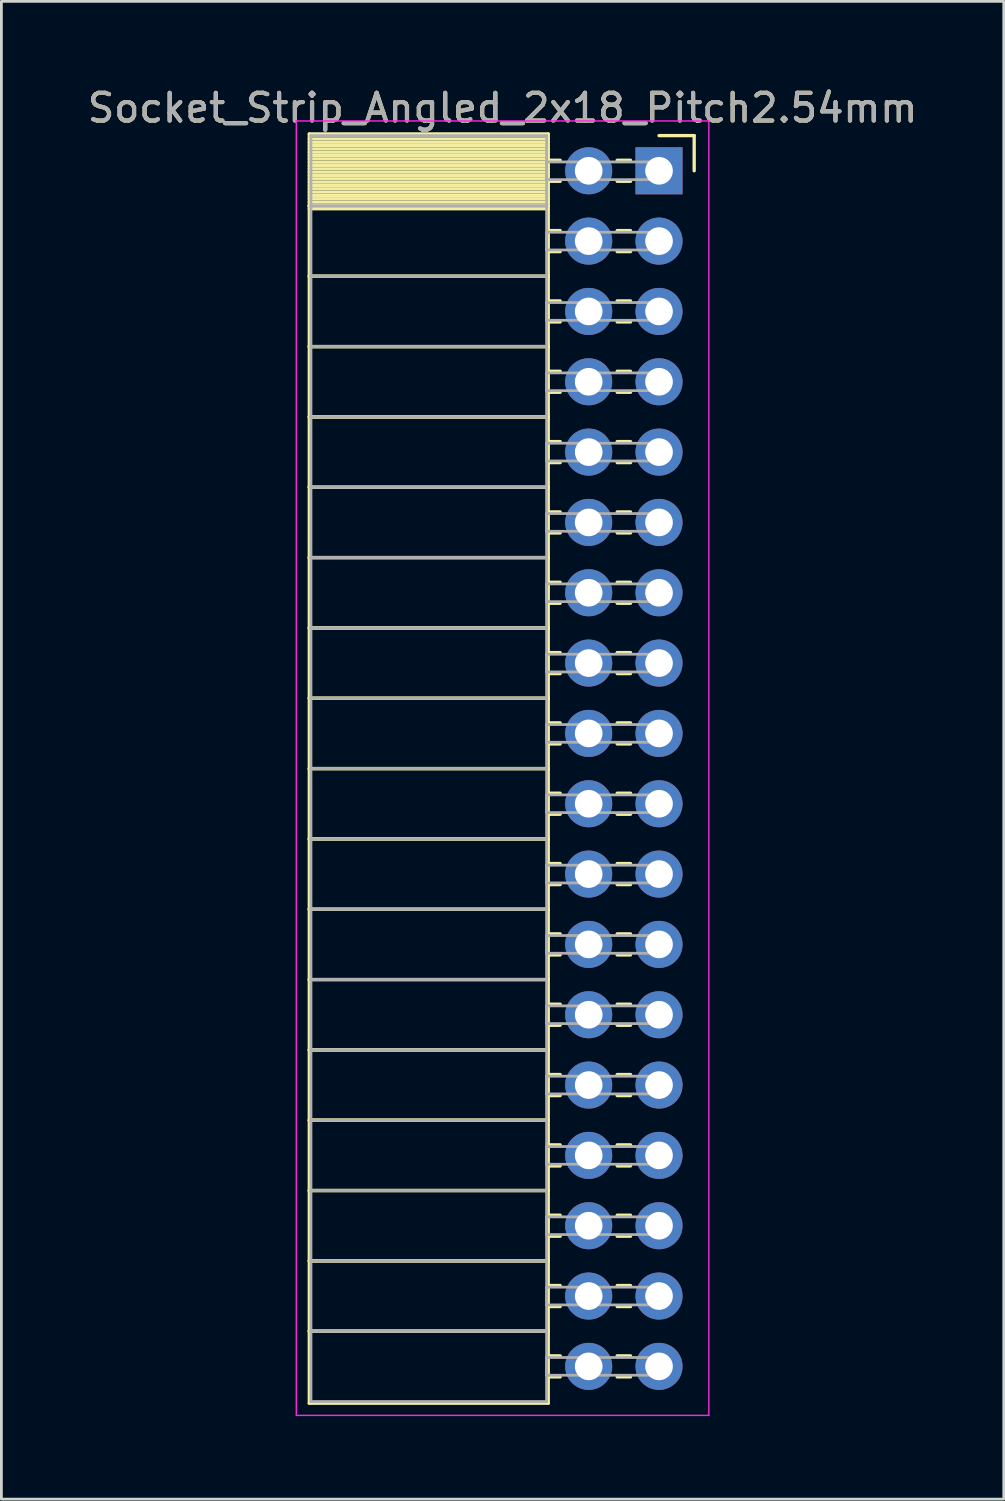
<source format=kicad_pcb>
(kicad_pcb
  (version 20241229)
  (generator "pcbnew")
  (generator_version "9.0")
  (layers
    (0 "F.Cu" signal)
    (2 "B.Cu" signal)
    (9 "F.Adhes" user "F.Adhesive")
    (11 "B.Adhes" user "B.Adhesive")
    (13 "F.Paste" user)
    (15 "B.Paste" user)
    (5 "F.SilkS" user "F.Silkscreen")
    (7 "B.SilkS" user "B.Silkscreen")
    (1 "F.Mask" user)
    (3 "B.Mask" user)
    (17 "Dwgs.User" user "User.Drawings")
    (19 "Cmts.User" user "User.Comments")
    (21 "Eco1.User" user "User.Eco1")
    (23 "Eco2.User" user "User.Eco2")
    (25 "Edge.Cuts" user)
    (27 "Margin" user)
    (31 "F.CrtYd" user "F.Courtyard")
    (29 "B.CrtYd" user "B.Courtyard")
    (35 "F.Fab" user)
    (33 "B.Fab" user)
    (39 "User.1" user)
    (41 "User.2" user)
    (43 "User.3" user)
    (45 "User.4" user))
  (footprint "Socket_Strip_Angled_2x18_Pitch2.54mm"
    (layer "F.Cu")
    (at 20.751 3.118)
    (property "Reference" "Socket_Strip_Angled_2x18_Pitch2.54mm" (at -5.65 -2.27 0) (layer "F.SilkS") (effects (font (size 1 1) (thickness 0.15))))
    (attr through_hole)
    (fp_line (start -12.63 -1.33) (end -4 -1.33) (stroke (width 0.12) (type solid)) (layer "F.SilkS"))
    (fp_line (start -12.63 1.27) (end -12.63 -1.33) (stroke (width 0.12) (type solid)) (layer "F.SilkS"))
    (fp_line (start -12.63 1.27) (end -4 1.27) (stroke (width 0.12) (type solid)) (layer "F.SilkS"))
    (fp_line (start -12.63 3.81) (end -12.63 1.27) (stroke (width 0.12) (type solid)) (layer "F.SilkS"))
    (fp_line (start -12.63 3.81) (end -4 3.81) (stroke (width 0.12) (type solid)) (layer "F.SilkS"))
    (fp_line (start -12.63 6.35) (end -12.63 3.81) (stroke (width 0.12) (type solid)) (layer "F.SilkS"))
    (fp_line (start -12.63 6.35) (end -4 6.35) (stroke (width 0.12) (type solid)) (layer "F.SilkS"))
    (fp_line (start -12.63 8.89) (end -12.63 6.35) (stroke (width 0.12) (type solid)) (layer "F.SilkS"))
    (fp_line (start -12.63 8.89) (end -4 8.89) (stroke (width 0.12) (type solid)) (layer "F.SilkS"))
    (fp_line (start -12.63 11.43) (end -12.63 8.89) (stroke (width 0.12) (type solid)) (layer "F.SilkS"))
    (fp_line (start -12.63 11.43) (end -4 11.43) (stroke (width 0.12) (type solid)) (layer "F.SilkS"))
    (fp_line (start -12.63 13.97) (end -12.63 11.43) (stroke (width 0.12) (type solid)) (layer "F.SilkS"))
    (fp_line (start -12.63 13.97) (end -4 13.97) (stroke (width 0.12) (type solid)) (layer "F.SilkS"))
    (fp_line (start -12.63 16.51) (end -12.63 13.97) (stroke (width 0.12) (type solid)) (layer "F.SilkS"))
    (fp_line (start -12.63 16.51) (end -4 16.51) (stroke (width 0.12) (type solid)) (layer "F.SilkS"))
    (fp_line (start -12.63 19.05) (end -12.63 16.51) (stroke (width 0.12) (type solid)) (layer "F.SilkS"))
    (fp_line (start -12.63 19.05) (end -4 19.05) (stroke (width 0.12) (type solid)) (layer "F.SilkS"))
    (fp_line (start -12.63 21.59) (end -12.63 19.05) (stroke (width 0.12) (type solid)) (layer "F.SilkS"))
    (fp_line (start -12.63 21.59) (end -4 21.59) (stroke (width 0.12) (type solid)) (layer "F.SilkS"))
    (fp_line (start -12.63 24.13) (end -12.63 21.59) (stroke (width 0.12) (type solid)) (layer "F.SilkS"))
    (fp_line (start -12.63 24.13) (end -4 24.13) (stroke (width 0.12) (type solid)) (layer "F.SilkS"))
    (fp_line (start -12.63 26.67) (end -12.63 24.13) (stroke (width 0.12) (type solid)) (layer "F.SilkS"))
    (fp_line (start -12.63 26.67) (end -4 26.67) (stroke (width 0.12) (type solid)) (layer "F.SilkS"))
    (fp_line (start -12.63 29.21) (end -12.63 26.67) (stroke (width 0.12) (type solid)) (layer "F.SilkS"))
    (fp_line (start -12.63 29.21) (end -4 29.21) (stroke (width 0.12) (type solid)) (layer "F.SilkS"))
    (fp_line (start -12.63 31.75) (end -12.63 29.21) (stroke (width 0.12) (type solid)) (layer "F.SilkS"))
    (fp_line (start -12.63 31.75) (end -4 31.75) (stroke (width 0.12) (type solid)) (layer "F.SilkS"))
    (fp_line (start -12.63 34.29) (end -12.63 31.75) (stroke (width 0.12) (type solid)) (layer "F.SilkS"))
    (fp_line (start -12.63 34.29) (end -4 34.29) (stroke (width 0.12) (type solid)) (layer "F.SilkS"))
    (fp_line (start -12.63 36.83) (end -12.63 34.29) (stroke (width 0.12) (type solid)) (layer "F.SilkS"))
    (fp_line (start -12.63 36.83) (end -4 36.83) (stroke (width 0.12) (type solid)) (layer "F.SilkS"))
    (fp_line (start -12.63 39.37) (end -12.63 36.83) (stroke (width 0.12) (type solid)) (layer "F.SilkS"))
    (fp_line (start -12.63 39.37) (end -4 39.37) (stroke (width 0.12) (type solid)) (layer "F.SilkS"))
    (fp_line (start -12.63 41.91) (end -12.63 39.37) (stroke (width 0.12) (type solid)) (layer "F.SilkS"))
    (fp_line (start -12.63 41.91) (end -4 41.91) (stroke (width 0.12) (type solid)) (layer "F.SilkS"))
    (fp_line (start -12.63 44.51) (end -12.63 41.91) (stroke (width 0.12) (type solid)) (layer "F.SilkS"))
    (fp_line (start -4 -1.33) (end -4 1.27) (stroke (width 0.12) (type solid)) (layer "F.SilkS"))
    (fp_line (start -4 -1.15) (end -12.63 -1.15) (stroke (width 0.12) (type solid)) (layer "F.SilkS"))
    (fp_line (start -4 -1.03) (end -12.63 -1.03) (stroke (width 0.12) (type solid)) (layer "F.SilkS"))
    (fp_line (start -4 -0.91) (end -12.63 -0.91) (stroke (width 0.12) (type solid)) (layer "F.SilkS"))
    (fp_line (start -4 -0.79) (end -12.63 -0.79) (stroke (width 0.12) (type solid)) (layer "F.SilkS"))
    (fp_line (start -4 -0.67) (end -12.63 -0.67) (stroke (width 0.12) (type solid)) (layer "F.SilkS"))
    (fp_line (start -4 -0.55) (end -12.63 -0.55) (stroke (width 0.12) (type solid)) (layer "F.SilkS"))
    (fp_line (start -4 -0.43) (end -12.63 -0.43) (stroke (width 0.12) (type solid)) (layer "F.SilkS"))
    (fp_line (start -4 -0.31) (end -12.63 -0.31) (stroke (width 0.12) (type solid)) (layer "F.SilkS"))
    (fp_line (start -4 -0.19) (end -12.63 -0.19) (stroke (width 0.12) (type solid)) (layer "F.SilkS"))
    (fp_line (start -4 -0.07) (end -12.63 -0.07) (stroke (width 0.12) (type solid)) (layer "F.SilkS"))
    (fp_line (start -4 0.05) (end -12.63 0.05) (stroke (width 0.12) (type solid)) (layer "F.SilkS"))
    (fp_line (start -4 0.17) (end -12.63 0.17) (stroke (width 0.12) (type solid)) (layer "F.SilkS"))
    (fp_line (start -4 0.29) (end -12.63 0.29) (stroke (width 0.12) (type solid)) (layer "F.SilkS"))
    (fp_line (start -4 0.41) (end -12.63 0.41) (stroke (width 0.12) (type solid)) (layer "F.SilkS"))
    (fp_line (start -4 0.53) (end -12.63 0.53) (stroke (width 0.12) (type solid)) (layer "F.SilkS"))
    (fp_line (start -4 0.65) (end -12.63 0.65) (stroke (width 0.12) (type solid)) (layer "F.SilkS"))
    (fp_line (start -4 0.77) (end -12.63 0.77) (stroke (width 0.12) (type solid)) (layer "F.SilkS"))
    (fp_line (start -4 0.89) (end -12.63 0.89) (stroke (width 0.12) (type solid)) (layer "F.SilkS"))
    (fp_line (start -4 1.01) (end -12.63 1.01) (stroke (width 0.12) (type solid)) (layer "F.SilkS"))
    (fp_line (start -4 1.13) (end -12.63 1.13) (stroke (width 0.12) (type solid)) (layer "F.SilkS"))
    (fp_line (start -4 1.25) (end -12.63 1.25) (stroke (width 0.12) (type solid)) (layer "F.SilkS"))
    (fp_line (start -4 1.27) (end -12.63 1.27) (stroke (width 0.12) (type solid)) (layer "F.SilkS"))
    (fp_line (start -4 1.27) (end -4 3.81) (stroke (width 0.12) (type solid)) (layer "F.SilkS"))
    (fp_line (start -4 1.37) (end -12.63 1.37) (stroke (width 0.12) (type solid)) (layer "F.SilkS"))
    (fp_line (start -4 3.81) (end -12.63 3.81) (stroke (width 0.12) (type solid)) (layer "F.SilkS"))
    (fp_line (start -4 3.81) (end -4 6.35) (stroke (width 0.12) (type solid)) (layer "F.SilkS"))
    (fp_line (start -4 6.35) (end -12.63 6.35) (stroke (width 0.12) (type solid)) (layer "F.SilkS"))
    (fp_line (start -4 6.35) (end -4 8.89) (stroke (width 0.12) (type solid)) (layer "F.SilkS"))
    (fp_line (start -4 8.89) (end -12.63 8.89) (stroke (width 0.12) (type solid)) (layer "F.SilkS"))
    (fp_line (start -4 8.89) (end -4 11.43) (stroke (width 0.12) (type solid)) (layer "F.SilkS"))
    (fp_line (start -4 11.43) (end -12.63 11.43) (stroke (width 0.12) (type solid)) (layer "F.SilkS"))
    (fp_line (start -4 11.43) (end -4 13.97) (stroke (width 0.12) (type solid)) (layer "F.SilkS"))
    (fp_line (start -4 13.97) (end -12.63 13.97) (stroke (width 0.12) (type solid)) (layer "F.SilkS"))
    (fp_line (start -4 13.97) (end -4 16.51) (stroke (width 0.12) (type solid)) (layer "F.SilkS"))
    (fp_line (start -4 16.51) (end -12.63 16.51) (stroke (width 0.12) (type solid)) (layer "F.SilkS"))
    (fp_line (start -4 16.51) (end -4 19.05) (stroke (width 0.12) (type solid)) (layer "F.SilkS"))
    (fp_line (start -4 19.05) (end -12.63 19.05) (stroke (width 0.12) (type solid)) (layer "F.SilkS"))
    (fp_line (start -4 19.05) (end -4 21.59) (stroke (width 0.12) (type solid)) (layer "F.SilkS"))
    (fp_line (start -4 21.59) (end -12.63 21.59) (stroke (width 0.12) (type solid)) (layer "F.SilkS"))
    (fp_line (start -4 21.59) (end -4 24.13) (stroke (width 0.12) (type solid)) (layer "F.SilkS"))
    (fp_line (start -4 24.13) (end -12.63 24.13) (stroke (width 0.12) (type solid)) (layer "F.SilkS"))
    (fp_line (start -4 24.13) (end -4 26.67) (stroke (width 0.12) (type solid)) (layer "F.SilkS"))
    (fp_line (start -4 26.67) (end -12.63 26.67) (stroke (width 0.12) (type solid)) (layer "F.SilkS"))
    (fp_line (start -4 26.67) (end -4 29.21) (stroke (width 0.12) (type solid)) (layer "F.SilkS"))
    (fp_line (start -4 29.21) (end -12.63 29.21) (stroke (width 0.12) (type solid)) (layer "F.SilkS"))
    (fp_line (start -4 29.21) (end -4 31.75) (stroke (width 0.12) (type solid)) (layer "F.SilkS"))
    (fp_line (start -4 31.75) (end -12.63 31.75) (stroke (width 0.12) (type solid)) (layer "F.SilkS"))
    (fp_line (start -4 31.75) (end -4 34.29) (stroke (width 0.12) (type solid)) (layer "F.SilkS"))
    (fp_line (start -4 34.29) (end -12.63 34.29) (stroke (width 0.12) (type solid)) (layer "F.SilkS"))
    (fp_line (start -4 34.29) (end -4 36.83) (stroke (width 0.12) (type solid)) (layer "F.SilkS"))
    (fp_line (start -4 36.83) (end -12.63 36.83) (stroke (width 0.12) (type solid)) (layer "F.SilkS"))
    (fp_line (start -4 36.83) (end -4 39.37) (stroke (width 0.12) (type solid)) (layer "F.SilkS"))
    (fp_line (start -4 39.37) (end -12.63 39.37) (stroke (width 0.12) (type solid)) (layer "F.SilkS"))
    (fp_line (start -4 39.37) (end -4 41.91) (stroke (width 0.12) (type solid)) (layer "F.SilkS"))
    (fp_line (start -4 41.91) (end -12.63 41.91) (stroke (width 0.12) (type solid)) (layer "F.SilkS"))
    (fp_line (start -4 41.91) (end -4 44.51) (stroke (width 0.12) (type solid)) (layer "F.SilkS"))
    (fp_line (start -4 44.51) (end -12.63 44.51) (stroke (width 0.12) (type solid)) (layer "F.SilkS"))
    (fp_line (start -3.57 -0.38) (end -4 -0.38) (stroke (width 0.12) (type solid)) (layer "F.SilkS"))
    (fp_line (start -3.57 0.38) (end -4 0.38) (stroke (width 0.12) (type solid)) (layer "F.SilkS"))
    (fp_line (start -3.57 2.16) (end -4 2.16) (stroke (width 0.12) (type solid)) (layer "F.SilkS"))
    (fp_line (start -3.57 2.92) (end -4 2.92) (stroke (width 0.12) (type solid)) (layer "F.SilkS"))
    (fp_line (start -3.57 4.7) (end -4 4.7) (stroke (width 0.12) (type solid)) (layer "F.SilkS"))
    (fp_line (start -3.57 5.46) (end -4 5.46) (stroke (width 0.12) (type solid)) (layer "F.SilkS"))
    (fp_line (start -3.57 7.24) (end -4 7.24) (stroke (width 0.12) (type solid)) (layer "F.SilkS"))
    (fp_line (start -3.57 8) (end -4 8) (stroke (width 0.12) (type solid)) (layer "F.SilkS"))
    (fp_line (start -3.57 9.78) (end -4 9.78) (stroke (width 0.12) (type solid)) (layer "F.SilkS"))
    (fp_line (start -3.57 10.54) (end -4 10.54) (stroke (width 0.12) (type solid)) (layer "F.SilkS"))
    (fp_line (start -3.57 12.32) (end -4 12.32) (stroke (width 0.12) (type solid)) (layer "F.SilkS"))
    (fp_line (start -3.57 13.08) (end -4 13.08) (stroke (width 0.12) (type solid)) (layer "F.SilkS"))
    (fp_line (start -3.57 14.86) (end -4 14.86) (stroke (width 0.12) (type solid)) (layer "F.SilkS"))
    (fp_line (start -3.57 15.62) (end -4 15.62) (stroke (width 0.12) (type solid)) (layer "F.SilkS"))
    (fp_line (start -3.57 17.4) (end -4 17.4) (stroke (width 0.12) (type solid)) (layer "F.SilkS"))
    (fp_line (start -3.57 18.16) (end -4 18.16) (stroke (width 0.12) (type solid)) (layer "F.SilkS"))
    (fp_line (start -3.57 19.94) (end -4 19.94) (stroke (width 0.12) (type solid)) (layer "F.SilkS"))
    (fp_line (start -3.57 20.7) (end -4 20.7) (stroke (width 0.12) (type solid)) (layer "F.SilkS"))
    (fp_line (start -3.57 22.48) (end -4 22.48) (stroke (width 0.12) (type solid)) (layer "F.SilkS"))
    (fp_line (start -3.57 23.24) (end -4 23.24) (stroke (width 0.12) (type solid)) (layer "F.SilkS"))
    (fp_line (start -3.57 25.02) (end -4 25.02) (stroke (width 0.12) (type solid)) (layer "F.SilkS"))
    (fp_line (start -3.57 25.78) (end -4 25.78) (stroke (width 0.12) (type solid)) (layer "F.SilkS"))
    (fp_line (start -3.57 27.56) (end -4 27.56) (stroke (width 0.12) (type solid)) (layer "F.SilkS"))
    (fp_line (start -3.57 28.32) (end -4 28.32) (stroke (width 0.12) (type solid)) (layer "F.SilkS"))
    (fp_line (start -3.57 30.1) (end -4 30.1) (stroke (width 0.12) (type solid)) (layer "F.SilkS"))
    (fp_line (start -3.57 30.86) (end -4 30.86) (stroke (width 0.12) (type solid)) (layer "F.SilkS"))
    (fp_line (start -3.57 32.64) (end -4 32.64) (stroke (width 0.12) (type solid)) (layer "F.SilkS"))
    (fp_line (start -3.57 33.4) (end -4 33.4) (stroke (width 0.12) (type solid)) (layer "F.SilkS"))
    (fp_line (start -3.57 35.18) (end -4 35.18) (stroke (width 0.12) (type solid)) (layer "F.SilkS"))
    (fp_line (start -3.57 35.94) (end -4 35.94) (stroke (width 0.12) (type solid)) (layer "F.SilkS"))
    (fp_line (start -3.57 37.72) (end -4 37.72) (stroke (width 0.12) (type solid)) (layer "F.SilkS"))
    (fp_line (start -3.57 38.48) (end -4 38.48) (stroke (width 0.12) (type solid)) (layer "F.SilkS"))
    (fp_line (start -3.57 40.26) (end -4 40.26) (stroke (width 0.12) (type solid)) (layer "F.SilkS"))
    (fp_line (start -3.57 41.02) (end -4 41.02) (stroke (width 0.12) (type solid)) (layer "F.SilkS"))
    (fp_line (start -3.57 42.8) (end -4 42.8) (stroke (width 0.12) (type solid)) (layer "F.SilkS"))
    (fp_line (start -3.57 43.56) (end -4 43.56) (stroke (width 0.12) (type solid)) (layer "F.SilkS"))
    (fp_line (start -1.03 -0.38) (end -1.51 -0.38) (stroke (width 0.12) (type solid)) (layer "F.SilkS"))
    (fp_line (start -1.03 0.38) (end -1.51 0.38) (stroke (width 0.12) (type solid)) (layer "F.SilkS"))
    (fp_line (start -1.03 2.16) (end -1.51 2.16) (stroke (width 0.12) (type solid)) (layer "F.SilkS"))
    (fp_line (start -1.03 2.92) (end -1.51 2.92) (stroke (width 0.12) (type solid)) (layer "F.SilkS"))
    (fp_line (start -1.03 4.7) (end -1.51 4.7) (stroke (width 0.12) (type solid)) (layer "F.SilkS"))
    (fp_line (start -1.03 5.46) (end -1.51 5.46) (stroke (width 0.12) (type solid)) (layer "F.SilkS"))
    (fp_line (start -1.03 7.24) (end -1.51 7.24) (stroke (width 0.12) (type solid)) (layer "F.SilkS"))
    (fp_line (start -1.03 8) (end -1.51 8) (stroke (width 0.12) (type solid)) (layer "F.SilkS"))
    (fp_line (start -1.03 9.78) (end -1.51 9.78) (stroke (width 0.12) (type solid)) (layer "F.SilkS"))
    (fp_line (start -1.03 10.54) (end -1.51 10.54) (stroke (width 0.12) (type solid)) (layer "F.SilkS"))
    (fp_line (start -1.03 12.32) (end -1.51 12.32) (stroke (width 0.12) (type solid)) (layer "F.SilkS"))
    (fp_line (start -1.03 13.08) (end -1.51 13.08) (stroke (width 0.12) (type solid)) (layer "F.SilkS"))
    (fp_line (start -1.03 14.86) (end -1.51 14.86) (stroke (width 0.12) (type solid)) (layer "F.SilkS"))
    (fp_line (start -1.03 15.62) (end -1.51 15.62) (stroke (width 0.12) (type solid)) (layer "F.SilkS"))
    (fp_line (start -1.03 17.4) (end -1.51 17.4) (stroke (width 0.12) (type solid)) (layer "F.SilkS"))
    (fp_line (start -1.03 18.16) (end -1.51 18.16) (stroke (width 0.12) (type solid)) (layer "F.SilkS"))
    (fp_line (start -1.03 19.94) (end -1.51 19.94) (stroke (width 0.12) (type solid)) (layer "F.SilkS"))
    (fp_line (start -1.03 20.7) (end -1.51 20.7) (stroke (width 0.12) (type solid)) (layer "F.SilkS"))
    (fp_line (start -1.03 22.48) (end -1.51 22.48) (stroke (width 0.12) (type solid)) (layer "F.SilkS"))
    (fp_line (start -1.03 23.24) (end -1.51 23.24) (stroke (width 0.12) (type solid)) (layer "F.SilkS"))
    (fp_line (start -1.03 25.02) (end -1.51 25.02) (stroke (width 0.12) (type solid)) (layer "F.SilkS"))
    (fp_line (start -1.03 25.78) (end -1.51 25.78) (stroke (width 0.12) (type solid)) (layer "F.SilkS"))
    (fp_line (start -1.03 27.56) (end -1.51 27.56) (stroke (width 0.12) (type solid)) (layer "F.SilkS"))
    (fp_line (start -1.03 28.32) (end -1.51 28.32) (stroke (width 0.12) (type solid)) (layer "F.SilkS"))
    (fp_line (start -1.03 30.1) (end -1.51 30.1) (stroke (width 0.12) (type solid)) (layer "F.SilkS"))
    (fp_line (start -1.03 30.86) (end -1.51 30.86) (stroke (width 0.12) (type solid)) (layer "F.SilkS"))
    (fp_line (start -1.03 32.64) (end -1.51 32.64) (stroke (width 0.12) (type solid)) (layer "F.SilkS"))
    (fp_line (start -1.03 33.4) (end -1.51 33.4) (stroke (width 0.12) (type solid)) (layer "F.SilkS"))
    (fp_line (start -1.03 35.18) (end -1.51 35.18) (stroke (width 0.12) (type solid)) (layer "F.SilkS"))
    (fp_line (start -1.03 35.94) (end -1.51 35.94) (stroke (width 0.12) (type solid)) (layer "F.SilkS"))
    (fp_line (start -1.03 37.72) (end -1.51 37.72) (stroke (width 0.12) (type solid)) (layer "F.SilkS"))
    (fp_line (start -1.03 38.48) (end -1.51 38.48) (stroke (width 0.12) (type solid)) (layer "F.SilkS"))
    (fp_line (start -1.03 40.26) (end -1.51 40.26) (stroke (width 0.12) (type solid)) (layer "F.SilkS"))
    (fp_line (start -1.03 41.02) (end -1.51 41.02) (stroke (width 0.12) (type solid)) (layer "F.SilkS"))
    (fp_line (start -1.03 42.8) (end -1.51 42.8) (stroke (width 0.12) (type solid)) (layer "F.SilkS"))
    (fp_line (start -1.03 43.56) (end -1.51 43.56) (stroke (width 0.12) (type solid)) (layer "F.SilkS"))
    (fp_line (start 0 -1.27) (end 1.27 -1.27) (stroke (width 0.12) (type solid)) (layer "F.SilkS"))
    (fp_line (start 1.27 -1.27) (end 1.27 0) (stroke (width 0.12) (type solid)) (layer "F.SilkS"))
    (fp_line (start -13.1 -1.8) (end 1.8 -1.8) (stroke (width 0.05) (type solid)) (layer "F.CrtYd"))
    (fp_line (start -13.1 44.95) (end -13.1 -1.8) (stroke (width 0.05) (type solid)) (layer "F.CrtYd"))
    (fp_line (start 1.8 -1.8) (end 1.8 44.95) (stroke (width 0.05) (type solid)) (layer "F.CrtYd"))
    (fp_line (start 1.8 44.95) (end -13.1 44.95) (stroke (width 0.05) (type solid)) (layer "F.CrtYd"))
    (fp_line (start -12.57 -1.27) (end -4.06 -1.27) (stroke (width 0.1) (type solid)) (layer "F.Fab"))
    (fp_line (start -12.57 1.27) (end -12.57 -1.27) (stroke (width 0.1) (type solid)) (layer "F.Fab"))
    (fp_line (start -12.57 1.27) (end -4.06 1.27) (stroke (width 0.1) (type solid)) (layer "F.Fab"))
    (fp_line (start -12.57 3.81) (end -12.57 1.27) (stroke (width 0.1) (type solid)) (layer "F.Fab"))
    (fp_line (start -12.57 3.81) (end -4.06 3.81) (stroke (width 0.1) (type solid)) (layer "F.Fab"))
    (fp_line (start -12.57 6.35) (end -12.57 3.81) (stroke (width 0.1) (type solid)) (layer "F.Fab"))
    (fp_line (start -12.57 6.35) (end -4.06 6.35) (stroke (width 0.1) (type solid)) (layer "F.Fab"))
    (fp_line (start -12.57 8.89) (end -12.57 6.35) (stroke (width 0.1) (type solid)) (layer "F.Fab"))
    (fp_line (start -12.57 8.89) (end -4.06 8.89) (stroke (width 0.1) (type solid)) (layer "F.Fab"))
    (fp_line (start -12.57 11.43) (end -12.57 8.89) (stroke (width 0.1) (type solid)) (layer "F.Fab"))
    (fp_line (start -12.57 11.43) (end -4.06 11.43) (stroke (width 0.1) (type solid)) (layer "F.Fab"))
    (fp_line (start -12.57 13.97) (end -12.57 11.43) (stroke (width 0.1) (type solid)) (layer "F.Fab"))
    (fp_line (start -12.57 13.97) (end -4.06 13.97) (stroke (width 0.1) (type solid)) (layer "F.Fab"))
    (fp_line (start -12.57 16.51) (end -12.57 13.97) (stroke (width 0.1) (type solid)) (layer "F.Fab"))
    (fp_line (start -12.57 16.51) (end -4.06 16.51) (stroke (width 0.1) (type solid)) (layer "F.Fab"))
    (fp_line (start -12.57 19.05) (end -12.57 16.51) (stroke (width 0.1) (type solid)) (layer "F.Fab"))
    (fp_line (start -12.57 19.05) (end -4.06 19.05) (stroke (width 0.1) (type solid)) (layer "F.Fab"))
    (fp_line (start -12.57 21.59) (end -12.57 19.05) (stroke (width 0.1) (type solid)) (layer "F.Fab"))
    (fp_line (start -12.57 21.59) (end -4.06 21.59) (stroke (width 0.1) (type solid)) (layer "F.Fab"))
    (fp_line (start -12.57 24.13) (end -12.57 21.59) (stroke (width 0.1) (type solid)) (layer "F.Fab"))
    (fp_line (start -12.57 24.13) (end -4.06 24.13) (stroke (width 0.1) (type solid)) (layer "F.Fab"))
    (fp_line (start -12.57 26.67) (end -12.57 24.13) (stroke (width 0.1) (type solid)) (layer "F.Fab"))
    (fp_line (start -12.57 26.67) (end -4.06 26.67) (stroke (width 0.1) (type solid)) (layer "F.Fab"))
    (fp_line (start -12.57 29.21) (end -12.57 26.67) (stroke (width 0.1) (type solid)) (layer "F.Fab"))
    (fp_line (start -12.57 29.21) (end -4.06 29.21) (stroke (width 0.1) (type solid)) (layer "F.Fab"))
    (fp_line (start -12.57 31.75) (end -12.57 29.21) (stroke (width 0.1) (type solid)) (layer "F.Fab"))
    (fp_line (start -12.57 31.75) (end -4.06 31.75) (stroke (width 0.1) (type solid)) (layer "F.Fab"))
    (fp_line (start -12.57 34.29) (end -12.57 31.75) (stroke (width 0.1) (type solid)) (layer "F.Fab"))
    (fp_line (start -12.57 34.29) (end -4.06 34.29) (stroke (width 0.1) (type solid)) (layer "F.Fab"))
    (fp_line (start -12.57 36.83) (end -12.57 34.29) (stroke (width 0.1) (type solid)) (layer "F.Fab"))
    (fp_line (start -12.57 36.83) (end -4.06 36.83) (stroke (width 0.1) (type solid)) (layer "F.Fab"))
    (fp_line (start -12.57 39.37) (end -12.57 36.83) (stroke (width 0.1) (type solid)) (layer "F.Fab"))
    (fp_line (start -12.57 39.37) (end -4.06 39.37) (stroke (width 0.1) (type solid)) (layer "F.Fab"))
    (fp_line (start -12.57 41.91) (end -12.57 39.37) (stroke (width 0.1) (type solid)) (layer "F.Fab"))
    (fp_line (start -12.57 41.91) (end -4.06 41.91) (stroke (width 0.1) (type solid)) (layer "F.Fab"))
    (fp_line (start -12.57 44.45) (end -12.57 41.91) (stroke (width 0.1) (type solid)) (layer "F.Fab"))
    (fp_line (start -4.06 -1.27) (end -4.06 1.27) (stroke (width 0.1) (type solid)) (layer "F.Fab"))
    (fp_line (start -4.06 -0.32) (end 0 -0.32) (stroke (width 0.1) (type solid)) (layer "F.Fab"))
    (fp_line (start -4.06 0.32) (end -4.06 -0.32) (stroke (width 0.1) (type solid)) (layer "F.Fab"))
    (fp_line (start -4.06 1.27) (end -12.57 1.27) (stroke (width 0.1) (type solid)) (layer "F.Fab"))
    (fp_line (start -4.06 1.27) (end -4.06 3.81) (stroke (width 0.1) (type solid)) (layer "F.Fab"))
    (fp_line (start -4.06 2.22) (end 0 2.22) (stroke (width 0.1) (type solid)) (layer "F.Fab"))
    (fp_line (start -4.06 2.86) (end -4.06 2.22) (stroke (width 0.1) (type solid)) (layer "F.Fab"))
    (fp_line (start -4.06 3.81) (end -12.57 3.81) (stroke (width 0.1) (type solid)) (layer "F.Fab"))
    (fp_line (start -4.06 3.81) (end -4.06 6.35) (stroke (width 0.1) (type solid)) (layer "F.Fab"))
    (fp_line (start -4.06 4.76) (end 0 4.76) (stroke (width 0.1) (type solid)) (layer "F.Fab"))
    (fp_line (start -4.06 5.4) (end -4.06 4.76) (stroke (width 0.1) (type solid)) (layer "F.Fab"))
    (fp_line (start -4.06 6.35) (end -12.57 6.35) (stroke (width 0.1) (type solid)) (layer "F.Fab"))
    (fp_line (start -4.06 6.35) (end -4.06 8.89) (stroke (width 0.1) (type solid)) (layer "F.Fab"))
    (fp_line (start -4.06 7.3) (end 0 7.3) (stroke (width 0.1) (type solid)) (layer "F.Fab"))
    (fp_line (start -4.06 7.94) (end -4.06 7.3) (stroke (width 0.1) (type solid)) (layer "F.Fab"))
    (fp_line (start -4.06 8.89) (end -12.57 8.89) (stroke (width 0.1) (type solid)) (layer "F.Fab"))
    (fp_line (start -4.06 8.89) (end -4.06 11.43) (stroke (width 0.1) (type solid)) (layer "F.Fab"))
    (fp_line (start -4.06 9.84) (end 0 9.84) (stroke (width 0.1) (type solid)) (layer "F.Fab"))
    (fp_line (start -4.06 10.48) (end -4.06 9.84) (stroke (width 0.1) (type solid)) (layer "F.Fab"))
    (fp_line (start -4.06 11.43) (end -12.57 11.43) (stroke (width 0.1) (type solid)) (layer "F.Fab"))
    (fp_line (start -4.06 11.43) (end -4.06 13.97) (stroke (width 0.1) (type solid)) (layer "F.Fab"))
    (fp_line (start -4.06 12.38) (end 0 12.38) (stroke (width 0.1) (type solid)) (layer "F.Fab"))
    (fp_line (start -4.06 13.02) (end -4.06 12.38) (stroke (width 0.1) (type solid)) (layer "F.Fab"))
    (fp_line (start -4.06 13.97) (end -12.57 13.97) (stroke (width 0.1) (type solid)) (layer "F.Fab"))
    (fp_line (start -4.06 13.97) (end -4.06 16.51) (stroke (width 0.1) (type solid)) (layer "F.Fab"))
    (fp_line (start -4.06 14.92) (end 0 14.92) (stroke (width 0.1) (type solid)) (layer "F.Fab"))
    (fp_line (start -4.06 15.56) (end -4.06 14.92) (stroke (width 0.1) (type solid)) (layer "F.Fab"))
    (fp_line (start -4.06 16.51) (end -12.57 16.51) (stroke (width 0.1) (type solid)) (layer "F.Fab"))
    (fp_line (start -4.06 16.51) (end -4.06 19.05) (stroke (width 0.1) (type solid)) (layer "F.Fab"))
    (fp_line (start -4.06 17.46) (end 0 17.46) (stroke (width 0.1) (type solid)) (layer "F.Fab"))
    (fp_line (start -4.06 18.1) (end -4.06 17.46) (stroke (width 0.1) (type solid)) (layer "F.Fab"))
    (fp_line (start -4.06 19.05) (end -12.57 19.05) (stroke (width 0.1) (type solid)) (layer "F.Fab"))
    (fp_line (start -4.06 19.05) (end -4.06 21.59) (stroke (width 0.1) (type solid)) (layer "F.Fab"))
    (fp_line (start -4.06 20) (end 0 20) (stroke (width 0.1) (type solid)) (layer "F.Fab"))
    (fp_line (start -4.06 20.64) (end -4.06 20) (stroke (width 0.1) (type solid)) (layer "F.Fab"))
    (fp_line (start -4.06 21.59) (end -12.57 21.59) (stroke (width 0.1) (type solid)) (layer "F.Fab"))
    (fp_line (start -4.06 21.59) (end -4.06 24.13) (stroke (width 0.1) (type solid)) (layer "F.Fab"))
    (fp_line (start -4.06 22.54) (end 0 22.54) (stroke (width 0.1) (type solid)) (layer "F.Fab"))
    (fp_line (start -4.06 23.18) (end -4.06 22.54) (stroke (width 0.1) (type solid)) (layer "F.Fab"))
    (fp_line (start -4.06 24.13) (end -12.57 24.13) (stroke (width 0.1) (type solid)) (layer "F.Fab"))
    (fp_line (start -4.06 24.13) (end -4.06 26.67) (stroke (width 0.1) (type solid)) (layer "F.Fab"))
    (fp_line (start -4.06 25.08) (end 0 25.08) (stroke (width 0.1) (type solid)) (layer "F.Fab"))
    (fp_line (start -4.06 25.72) (end -4.06 25.08) (stroke (width 0.1) (type solid)) (layer "F.Fab"))
    (fp_line (start -4.06 26.67) (end -12.57 26.67) (stroke (width 0.1) (type solid)) (layer "F.Fab"))
    (fp_line (start -4.06 26.67) (end -4.06 29.21) (stroke (width 0.1) (type solid)) (layer "F.Fab"))
    (fp_line (start -4.06 27.62) (end 0 27.62) (stroke (width 0.1) (type solid)) (layer "F.Fab"))
    (fp_line (start -4.06 28.26) (end -4.06 27.62) (stroke (width 0.1) (type solid)) (layer "F.Fab"))
    (fp_line (start -4.06 29.21) (end -12.57 29.21) (stroke (width 0.1) (type solid)) (layer "F.Fab"))
    (fp_line (start -4.06 29.21) (end -4.06 31.75) (stroke (width 0.1) (type solid)) (layer "F.Fab"))
    (fp_line (start -4.06 30.16) (end 0 30.16) (stroke (width 0.1) (type solid)) (layer "F.Fab"))
    (fp_line (start -4.06 30.8) (end -4.06 30.16) (stroke (width 0.1) (type solid)) (layer "F.Fab"))
    (fp_line (start -4.06 31.75) (end -12.57 31.75) (stroke (width 0.1) (type solid)) (layer "F.Fab"))
    (fp_line (start -4.06 31.75) (end -4.06 34.29) (stroke (width 0.1) (type solid)) (layer "F.Fab"))
    (fp_line (start -4.06 32.7) (end 0 32.7) (stroke (width 0.1) (type solid)) (layer "F.Fab"))
    (fp_line (start -4.06 33.34) (end -4.06 32.7) (stroke (width 0.1) (type solid)) (layer "F.Fab"))
    (fp_line (start -4.06 34.29) (end -12.57 34.29) (stroke (width 0.1) (type solid)) (layer "F.Fab"))
    (fp_line (start -4.06 34.29) (end -4.06 36.83) (stroke (width 0.1) (type solid)) (layer "F.Fab"))
    (fp_line (start -4.06 35.24) (end 0 35.24) (stroke (width 0.1) (type solid)) (layer "F.Fab"))
    (fp_line (start -4.06 35.88) (end -4.06 35.24) (stroke (width 0.1) (type solid)) (layer "F.Fab"))
    (fp_line (start -4.06 36.83) (end -12.57 36.83) (stroke (width 0.1) (type solid)) (layer "F.Fab"))
    (fp_line (start -4.06 36.83) (end -4.06 39.37) (stroke (width 0.1) (type solid)) (layer "F.Fab"))
    (fp_line (start -4.06 37.78) (end 0 37.78) (stroke (width 0.1) (type solid)) (layer "F.Fab"))
    (fp_line (start -4.06 38.42) (end -4.06 37.78) (stroke (width 0.1) (type solid)) (layer "F.Fab"))
    (fp_line (start -4.06 39.37) (end -12.57 39.37) (stroke (width 0.1) (type solid)) (layer "F.Fab"))
    (fp_line (start -4.06 39.37) (end -4.06 41.91) (stroke (width 0.1) (type solid)) (layer "F.Fab"))
    (fp_line (start -4.06 40.32) (end 0 40.32) (stroke (width 0.1) (type solid)) (layer "F.Fab"))
    (fp_line (start -4.06 40.96) (end -4.06 40.32) (stroke (width 0.1) (type solid)) (layer "F.Fab"))
    (fp_line (start -4.06 41.91) (end -12.57 41.91) (stroke (width 0.1) (type solid)) (layer "F.Fab"))
    (fp_line (start -4.06 41.91) (end -4.06 44.45) (stroke (width 0.1) (type solid)) (layer "F.Fab"))
    (fp_line (start -4.06 42.86) (end 0 42.86) (stroke (width 0.1) (type solid)) (layer "F.Fab"))
    (fp_line (start -4.06 43.5) (end -4.06 42.86) (stroke (width 0.1) (type solid)) (layer "F.Fab"))
    (fp_line (start -4.06 44.45) (end -12.57 44.45) (stroke (width 0.1) (type solid)) (layer "F.Fab"))
    (fp_line (start 0 -0.32) (end 0 0.32) (stroke (width 0.1) (type solid)) (layer "F.Fab"))
    (fp_line (start 0 0.32) (end -4.06 0.32) (stroke (width 0.1) (type solid)) (layer "F.Fab"))
    (fp_line (start 0 2.22) (end 0 2.86) (stroke (width 0.1) (type solid)) (layer "F.Fab"))
    (fp_line (start 0 2.86) (end -4.06 2.86) (stroke (width 0.1) (type solid)) (layer "F.Fab"))
    (fp_line (start 0 4.76) (end 0 5.4) (stroke (width 0.1) (type solid)) (layer "F.Fab"))
    (fp_line (start 0 5.4) (end -4.06 5.4) (stroke (width 0.1) (type solid)) (layer "F.Fab"))
    (fp_line (start 0 7.3) (end 0 7.94) (stroke (width 0.1) (type solid)) (layer "F.Fab"))
    (fp_line (start 0 7.94) (end -4.06 7.94) (stroke (width 0.1) (type solid)) (layer "F.Fab"))
    (fp_line (start 0 9.84) (end 0 10.48) (stroke (width 0.1) (type solid)) (layer "F.Fab"))
    (fp_line (start 0 10.48) (end -4.06 10.48) (stroke (width 0.1) (type solid)) (layer "F.Fab"))
    (fp_line (start 0 12.38) (end 0 13.02) (stroke (width 0.1) (type solid)) (layer "F.Fab"))
    (fp_line (start 0 13.02) (end -4.06 13.02) (stroke (width 0.1) (type solid)) (layer "F.Fab"))
    (fp_line (start 0 14.92) (end 0 15.56) (stroke (width 0.1) (type solid)) (layer "F.Fab"))
    (fp_line (start 0 15.56) (end -4.06 15.56) (stroke (width 0.1) (type solid)) (layer "F.Fab"))
    (fp_line (start 0 17.46) (end 0 18.1) (stroke (width 0.1) (type solid)) (layer "F.Fab"))
    (fp_line (start 0 18.1) (end -4.06 18.1) (stroke (width 0.1) (type solid)) (layer "F.Fab"))
    (fp_line (start 0 20) (end 0 20.64) (stroke (width 0.1) (type solid)) (layer "F.Fab"))
    (fp_line (start 0 20.64) (end -4.06 20.64) (stroke (width 0.1) (type solid)) (layer "F.Fab"))
    (fp_line (start 0 22.54) (end 0 23.18) (stroke (width 0.1) (type solid)) (layer "F.Fab"))
    (fp_line (start 0 23.18) (end -4.06 23.18) (stroke (width 0.1) (type solid)) (layer "F.Fab"))
    (fp_line (start 0 25.08) (end 0 25.72) (stroke (width 0.1) (type solid)) (layer "F.Fab"))
    (fp_line (start 0 25.72) (end -4.06 25.72) (stroke (width 0.1) (type solid)) (layer "F.Fab"))
    (fp_line (start 0 27.62) (end 0 28.26) (stroke (width 0.1) (type solid)) (layer "F.Fab"))
    (fp_line (start 0 28.26) (end -4.06 28.26) (stroke (width 0.1) (type solid)) (layer "F.Fab"))
    (fp_line (start 0 30.16) (end 0 30.8) (stroke (width 0.1) (type solid)) (layer "F.Fab"))
    (fp_line (start 0 30.8) (end -4.06 30.8) (stroke (width 0.1) (type solid)) (layer "F.Fab"))
    (fp_line (start 0 32.7) (end 0 33.34) (stroke (width 0.1) (type solid)) (layer "F.Fab"))
    (fp_line (start 0 33.34) (end -4.06 33.34) (stroke (width 0.1) (type solid)) (layer "F.Fab"))
    (fp_line (start 0 35.24) (end 0 35.88) (stroke (width 0.1) (type solid)) (layer "F.Fab"))
    (fp_line (start 0 35.88) (end -4.06 35.88) (stroke (width 0.1) (type solid)) (layer "F.Fab"))
    (fp_line (start 0 37.78) (end 0 38.42) (stroke (width 0.1) (type solid)) (layer "F.Fab"))
    (fp_line (start 0 38.42) (end -4.06 38.42) (stroke (width 0.1) (type solid)) (layer "F.Fab"))
    (fp_line (start 0 40.32) (end 0 40.96) (stroke (width 0.1) (type solid)) (layer "F.Fab"))
    (fp_line (start 0 40.96) (end -4.06 40.96) (stroke (width 0.1) (type solid)) (layer "F.Fab"))
    (fp_line (start 0 42.86) (end 0 43.5) (stroke (width 0.1) (type solid)) (layer "F.Fab"))
    (fp_line (start 0 43.5) (end -4.06 43.5) (stroke (width 0.1) (type solid)) (layer "F.Fab"))
    (fp_text user "${REFERENCE}" (at -5.65 -2.27 0) (layer "F.Fab") (effects (font (size 1 1) (thickness 0.15))))
    (pad "1" thru_hole rect (at 0 0) (size 1.7 1.7) (drill 1) (layers "*.Cu" "*.Mask"))
    (pad "2" thru_hole oval (at -2.54 0) (size 1.7 1.7) (drill 1) (layers "*.Cu" "*.Mask"))
    (pad "3" thru_hole oval (at 0 2.54) (size 1.7 1.7) (drill 1) (layers "*.Cu" "*.Mask"))
    (pad "4" thru_hole oval (at -2.54 2.54) (size 1.7 1.7) (drill 1) (layers "*.Cu" "*.Mask"))
    (pad "5" thru_hole oval (at 0 5.08) (size 1.7 1.7) (drill 1) (layers "*.Cu" "*.Mask"))
    (pad "6" thru_hole oval (at -2.54 5.08) (size 1.7 1.7) (drill 1) (layers "*.Cu" "*.Mask"))
    (pad "7" thru_hole oval (at 0 7.62) (size 1.7 1.7) (drill 1) (layers "*.Cu" "*.Mask"))
    (pad "8" thru_hole oval (at -2.54 7.62) (size 1.7 1.7) (drill 1) (layers "*.Cu" "*.Mask"))
    (pad "9" thru_hole oval (at 0 10.16) (size 1.7 1.7) (drill 1) (layers "*.Cu" "*.Mask"))
    (pad "10" thru_hole oval (at -2.54 10.16) (size 1.7 1.7) (drill 1) (layers "*.Cu" "*.Mask"))
    (pad "11" thru_hole oval (at 0 12.7) (size 1.7 1.7) (drill 1) (layers "*.Cu" "*.Mask"))
    (pad "12" thru_hole oval (at -2.54 12.7) (size 1.7 1.7) (drill 1) (layers "*.Cu" "*.Mask"))
    (pad "13" thru_hole oval (at 0 15.24) (size 1.7 1.7) (drill 1) (layers "*.Cu" "*.Mask"))
    (pad "14" thru_hole oval (at -2.54 15.24) (size 1.7 1.7) (drill 1) (layers "*.Cu" "*.Mask"))
    (pad "15" thru_hole oval (at 0 17.78) (size 1.7 1.7) (drill 1) (layers "*.Cu" "*.Mask"))
    (pad "16" thru_hole oval (at -2.54 17.78) (size 1.7 1.7) (drill 1) (layers "*.Cu" "*.Mask"))
    (pad "17" thru_hole oval (at 0 20.32) (size 1.7 1.7) (drill 1) (layers "*.Cu" "*.Mask"))
    (pad "18" thru_hole oval (at -2.54 20.32) (size 1.7 1.7) (drill 1) (layers "*.Cu" "*.Mask"))
    (pad "19" thru_hole oval (at 0 22.86) (size 1.7 1.7) (drill 1) (layers "*.Cu" "*.Mask"))
    (pad "20" thru_hole oval (at -2.54 22.86) (size 1.7 1.7) (drill 1) (layers "*.Cu" "*.Mask"))
    (pad "21" thru_hole oval (at 0 25.4) (size 1.7 1.7) (drill 1) (layers "*.Cu" "*.Mask"))
    (pad "22" thru_hole oval (at -2.54 25.4) (size 1.7 1.7) (drill 1) (layers "*.Cu" "*.Mask"))
    (pad "23" thru_hole oval (at 0 27.94) (size 1.7 1.7) (drill 1) (layers "*.Cu" "*.Mask"))
    (pad "24" thru_hole oval (at -2.54 27.94) (size 1.7 1.7) (drill 1) (layers "*.Cu" "*.Mask"))
    (pad "25" thru_hole oval (at 0 30.48) (size 1.7 1.7) (drill 1) (layers "*.Cu" "*.Mask"))
    (pad "26" thru_hole oval (at -2.54 30.48) (size 1.7 1.7) (drill 1) (layers "*.Cu" "*.Mask"))
    (pad "27" thru_hole oval (at 0 33.02) (size 1.7 1.7) (drill 1) (layers "*.Cu" "*.Mask"))
    (pad "28" thru_hole oval (at -2.54 33.02) (size 1.7 1.7) (drill 1) (layers "*.Cu" "*.Mask"))
    (pad "29" thru_hole oval (at 0 35.56) (size 1.7 1.7) (drill 1) (layers "*.Cu" "*.Mask"))
    (pad "30" thru_hole oval (at -2.54 35.56) (size 1.7 1.7) (drill 1) (layers "*.Cu" "*.Mask"))
    (pad "31" thru_hole oval (at 0 38.1) (size 1.7 1.7) (drill 1) (layers "*.Cu" "*.Mask"))
    (pad "32" thru_hole oval (at -2.54 38.1) (size 1.7 1.7) (drill 1) (layers "*.Cu" "*.Mask"))
    (pad "33" thru_hole oval (at 0 40.64) (size 1.7 1.7) (drill 1) (layers "*.Cu" "*.Mask"))
    (pad "34" thru_hole oval (at -2.54 40.64) (size 1.7 1.7) (drill 1) (layers "*.Cu" "*.Mask"))
    (pad "35" thru_hole oval (at 0 43.18) (size 1.7 1.7) (drill 1) (layers "*.Cu" "*.Mask"))
    (pad "36" thru_hole oval (at -2.54 43.18) (size 1.7 1.7) (drill 1) (layers "*.Cu" "*.Mask")))
  (gr_rect
    (start -3 -3)
    (end 33.202 51.093)
    (stroke (width 0.1) (type default))
    (fill no)
    (layer "Edge.Cuts")))
</source>
